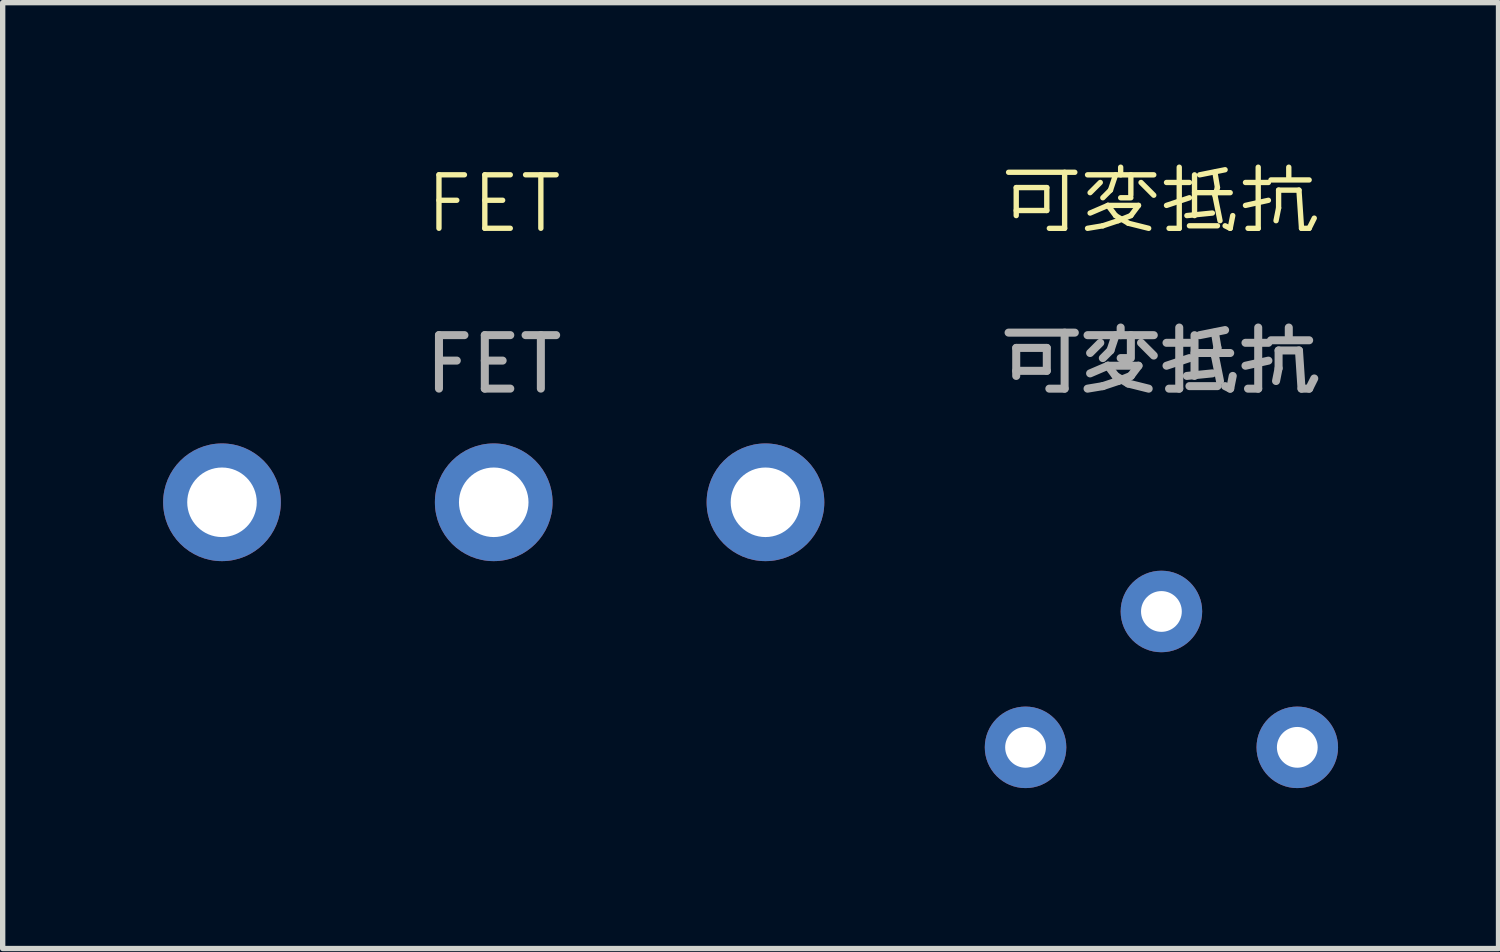
<source format=kicad_pcb>
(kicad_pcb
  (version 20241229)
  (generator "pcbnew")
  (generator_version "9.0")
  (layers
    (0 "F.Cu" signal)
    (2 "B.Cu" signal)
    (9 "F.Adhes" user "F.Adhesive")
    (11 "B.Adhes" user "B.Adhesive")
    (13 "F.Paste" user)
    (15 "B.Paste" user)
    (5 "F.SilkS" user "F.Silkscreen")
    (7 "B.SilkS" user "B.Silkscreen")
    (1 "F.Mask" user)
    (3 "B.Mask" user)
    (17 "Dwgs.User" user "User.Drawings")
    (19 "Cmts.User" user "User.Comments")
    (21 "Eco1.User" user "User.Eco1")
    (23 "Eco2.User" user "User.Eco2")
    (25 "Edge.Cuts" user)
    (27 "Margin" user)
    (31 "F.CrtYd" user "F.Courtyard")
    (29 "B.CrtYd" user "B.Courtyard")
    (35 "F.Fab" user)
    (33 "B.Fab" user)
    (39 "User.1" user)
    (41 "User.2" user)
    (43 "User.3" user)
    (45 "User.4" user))
  (footprint "FET"
    (layer "F.Cu")
    (at 6.18 1.26)
    (property "Reference" "FET" (at 0 -0.5 0) (unlocked yes) (layer "F.SilkS") (effects (font (size 1 1) (thickness 0.1))))
    (attr through_hole)
    (fp_text user "${REFERENCE}" (at 0 2.5 0) (unlocked yes) (layer "F.Fab") (effects (font (size 1 1) (thickness 0.15))))
    (pad "1" thru_hole circle (at -5.08 5.08) (size 2.2 2.2) (drill 1.3) (layers "*.Cu" "*.Mask"))
    (pad "2" thru_hole circle (at 0 5.08) (size 2.2 2.2) (drill 1.3) (layers "*.Cu" "*.Mask"))
    (pad "3" thru_hole circle (at 5.08 5.08) (size 2.2 2.2) (drill 1.3) (layers "*.Cu" "*.Mask")))
  (footprint "可変抵抗"
    (layer "F.Cu")
    (at 18.662 10.921)
    (property "Reference" "可変抵抗" (at 0 -10.16 0) (unlocked yes) (layer "F.SilkS") (effects (font (size 1 1) (thickness 0.1))))
    (attr through_hole)
    (fp_text user "${REFERENCE}" (at 0 -7.16 0) (unlocked yes) (layer "F.Fab") (effects (font (size 1 1) (thickness 0.15))))
    (pad "1" thru_hole circle (at -2.54 0) (size 1.524 1.524) (drill 0.762) (layers "*.Cu" "*.Mask"))
    (pad "2" thru_hole circle (at 0 -2.54) (size 1.524 1.524) (drill 0.762) (layers "*.Cu" "*.Mask"))
    (pad "3" thru_hole circle (at 2.54 0) (size 1.524 1.524) (drill 0.762) (layers "*.Cu" "*.Mask")))
  (gr_rect
    (start -3 -3)
    (end 24.964 14.682)
    (stroke (width 0.1) (type default))
    (fill no)
    (layer "Edge.Cuts")))
</source>
